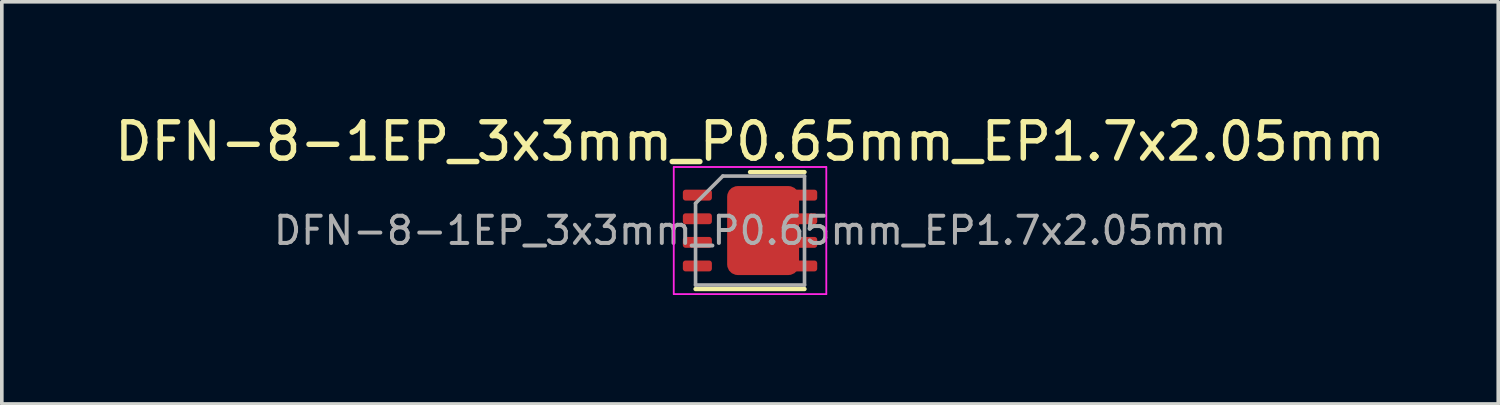
<source format=kicad_pcb>
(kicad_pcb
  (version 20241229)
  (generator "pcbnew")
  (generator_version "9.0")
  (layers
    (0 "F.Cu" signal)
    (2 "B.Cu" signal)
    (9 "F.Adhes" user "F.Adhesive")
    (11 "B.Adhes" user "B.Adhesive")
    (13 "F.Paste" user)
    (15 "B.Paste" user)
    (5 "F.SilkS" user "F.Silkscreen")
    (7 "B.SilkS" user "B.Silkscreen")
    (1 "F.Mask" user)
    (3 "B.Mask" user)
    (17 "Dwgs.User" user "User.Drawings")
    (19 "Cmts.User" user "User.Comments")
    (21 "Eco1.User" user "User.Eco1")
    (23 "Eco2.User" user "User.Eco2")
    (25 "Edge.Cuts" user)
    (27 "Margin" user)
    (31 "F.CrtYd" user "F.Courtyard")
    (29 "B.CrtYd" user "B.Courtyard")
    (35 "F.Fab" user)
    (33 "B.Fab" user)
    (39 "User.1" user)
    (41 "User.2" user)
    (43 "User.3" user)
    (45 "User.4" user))
  (footprint "DFN-8-1EP_3x3mm_P0.65mm_EP1.7x2.05mm"
    (layer "F.Cu")
    (at 17.601 3.298)
    (property "Reference" "DFN-8-1EP_3x3mm_P0.65mm_EP1.7x2.05mm" (at 0 -2.45 0) (layer "F.SilkS") (effects (font (size 1 1) (thickness 0.15))))
    (attr smd)
    (fp_line (start -1.5 1.61) (end 1.5 1.61) (stroke (width 0.12) (type solid)) (layer "F.SilkS"))
    (fp_line (start 0 -1.61) (end 1.5 -1.61) (stroke (width 0.12) (type solid)) (layer "F.SilkS"))
    (fp_line (start -2.1 -1.75) (end -2.1 1.75) (stroke (width 0.05) (type solid)) (layer "F.CrtYd"))
    (fp_line (start -2.1 1.75) (end 2.1 1.75) (stroke (width 0.05) (type solid)) (layer "F.CrtYd"))
    (fp_line (start 2.1 -1.75) (end -2.1 -1.75) (stroke (width 0.05) (type solid)) (layer "F.CrtYd"))
    (fp_line (start 2.1 1.75) (end 2.1 -1.75) (stroke (width 0.05) (type solid)) (layer "F.CrtYd"))
    (fp_line (start -1.5 -0.75) (end -0.75 -1.5) (stroke (width 0.1) (type solid)) (layer "F.Fab"))
    (fp_line (start -1.5 1.5) (end -1.5 -0.75) (stroke (width 0.1) (type solid)) (layer "F.Fab"))
    (fp_line (start -0.75 -1.5) (end 1.5 -1.5) (stroke (width 0.1) (type solid)) (layer "F.Fab"))
    (fp_line (start 1.5 -1.5) (end 1.5 1.5) (stroke (width 0.1) (type solid)) (layer "F.Fab"))
    (fp_line (start 1.5 1.5) (end -1.5 1.5) (stroke (width 0.1) (type solid)) (layer "F.Fab"))
    (fp_text user "${REFERENCE}" (at 0 0 0) (layer "F.Fab") (effects (font (size 0.75 0.75) (thickness 0.11))))
    (pad "" smd roundrect (at -0.065 -0.51) (size 0.69 0.83) (layers "F.Paste") (roundrect_rratio 0.25))
    (pad "" smd roundrect (at -0.065 0.51) (size 0.69 0.83) (layers "F.Paste") (roundrect_rratio 0.25))
    (pad "" smd roundrect (at 0.785 -0.51) (size 0.69 0.83) (layers "F.Paste") (roundrect_rratio 0.25))
    (pad "" smd roundrect (at 0.785 0.51) (size 0.69 0.83) (layers "F.Paste") (roundrect_rratio 0.25))
    (pad "1" smd roundrect (at -1.45 -0.975) (size 0.8 0.3) (layers "F.Cu" "F.Mask" "F.Paste") (roundrect_rratio 0.25))
    (pad "1" smd roundrect (at -1.45 -0.325) (size 0.8 0.3) (layers "F.Cu" "F.Mask" "F.Paste") (roundrect_rratio 0.25))
    (pad "1" smd roundrect (at -1.45 0.325) (size 0.8 0.3) (layers "F.Cu" "F.Mask" "F.Paste") (roundrect_rratio 0.25))
    (pad "2" smd roundrect (at -1.45 0.975) (size 0.8 0.3) (layers "F.Cu" "F.Mask" "F.Paste") (roundrect_rratio 0.25))
    (pad "3" smd roundrect (at 0.36 0) (size 1.98 2.45) (layers "F.Cu" "F.Mask") (roundrect_rratio 0.147))
    (pad "3" smd roundrect (at 1.45 -0.975) (size 0.8 0.3) (layers "F.Cu" "F.Mask" "F.Paste") (roundrect_rratio 0.25))
    (pad "3" smd roundrect (at 1.45 -0.325) (size 0.8 0.3) (layers "F.Cu" "F.Mask" "F.Paste") (roundrect_rratio 0.25))
    (pad "3" smd roundrect (at 1.45 0.325) (size 0.8 0.3) (layers "F.Cu" "F.Mask" "F.Paste") (roundrect_rratio 0.25))
    (pad "3" smd roundrect (at 1.45 0.975) (size 0.8 0.3) (layers "F.Cu" "F.Mask" "F.Paste") (roundrect_rratio 0.25)))
  (gr_rect
    (start -3 -3)
    (end 38.202 8.073)
    (stroke (width 0.1) (type default))
    (fill no)
    (layer "Edge.Cuts")))
</source>
